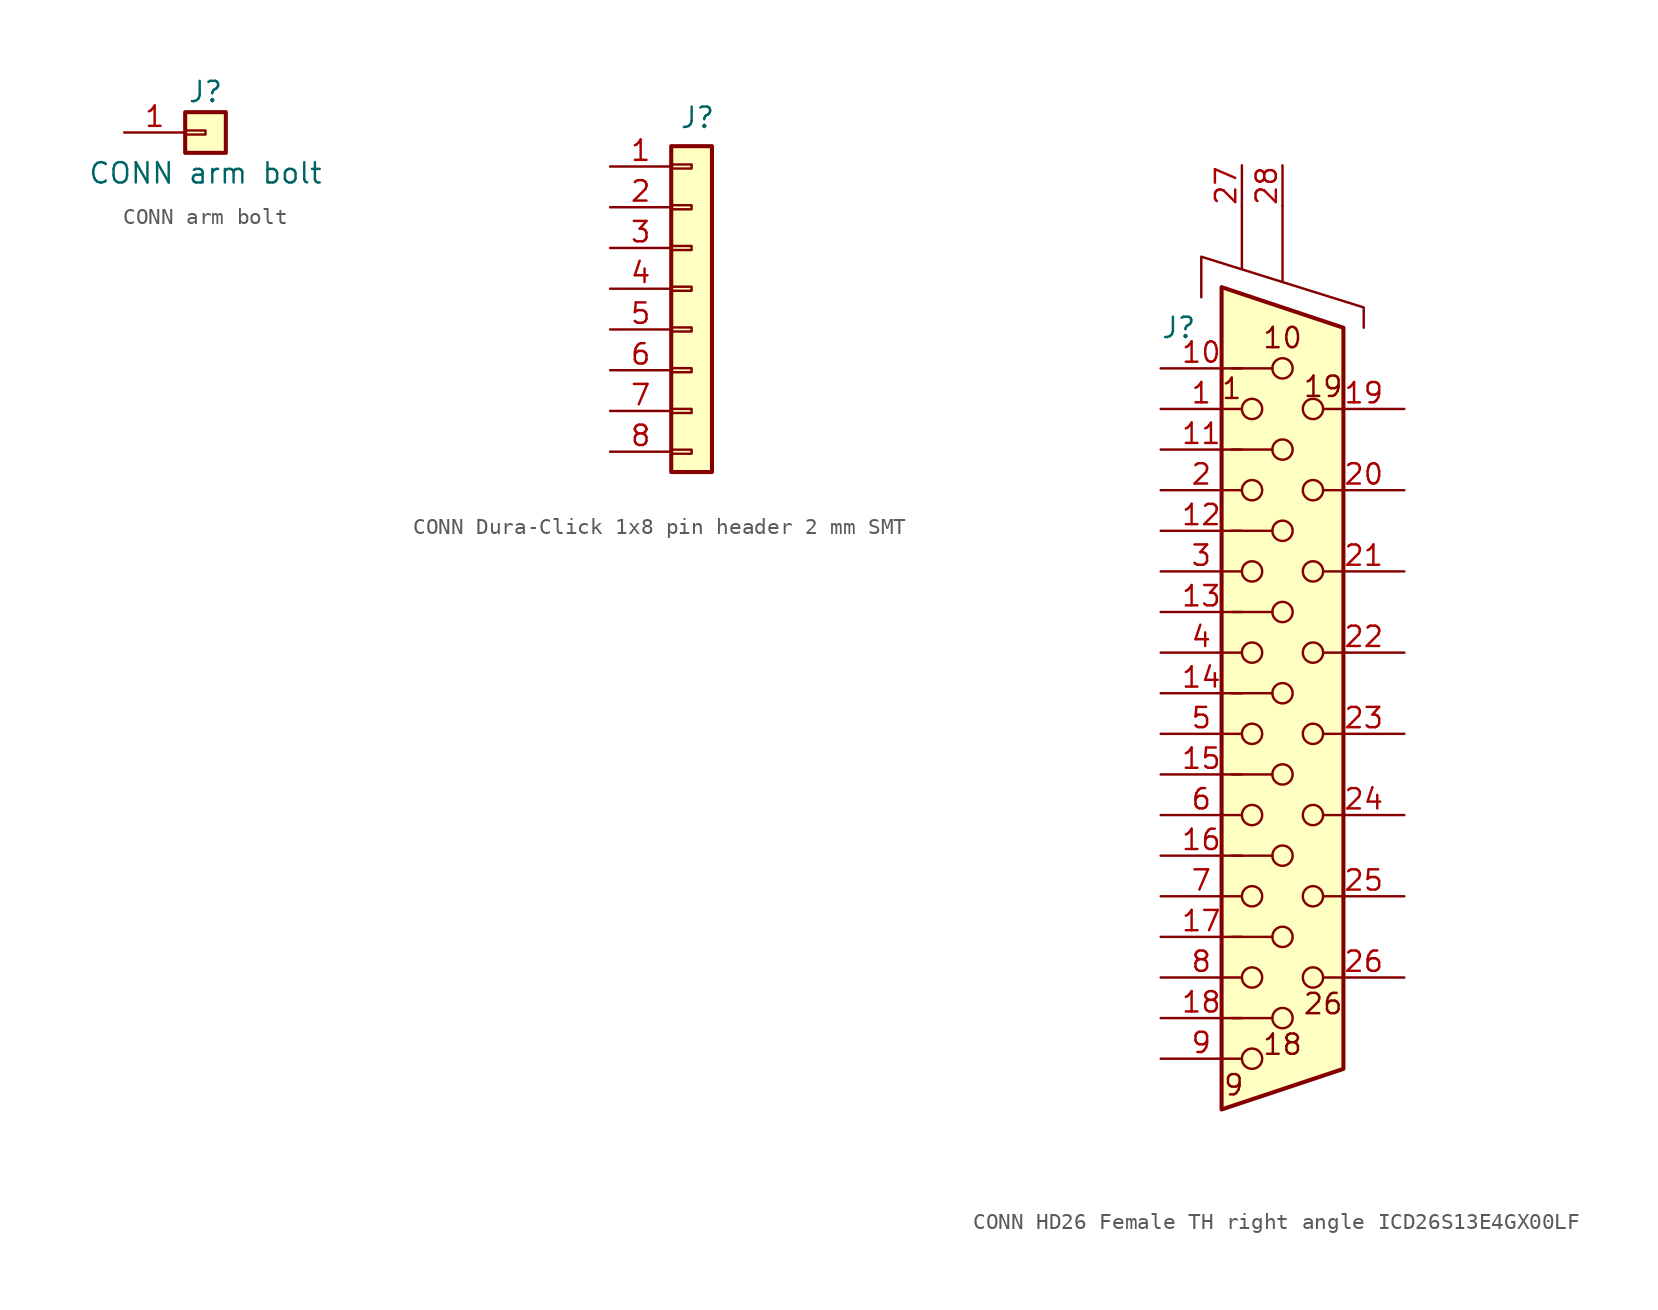
<source format=kicad_sym>
(kicad_symbol_lib
  (version 20241209)
  (generator "kicad_symbol_editor")
  (generator_version "9.0")
  (symbol "CONN arm bolt"
    (pin_names
      (offset 1.016)
      (hide yes))
    (property "Reference" "J"
      (at 0 2.54 0)
      (effects (font (size 1.27 1.27))))
    (property "Value" "CONN arm bolt"
      (at 0 -2.54 0)
      (effects (font (size 1.27 1.27))))
    (symbol "CONN arm bolt_1_1"
      (rectangle (start -1.27 1.27) (end 1.27 -1.27) (stroke (width 0.254) (type default)) (fill (type background)))
      (rectangle (start -1.27 0.127) (end 0 -0.127) (stroke (width 0.152) (type default)) (fill (type none)))
      (pin passive line (at -5.08 0 0) (length 3.81) (name "Pin_1" (effects (font (size 1.27 1.27)))) (number "1" (effects (font (size 1.27 1.27)))))))
  (symbol "CONN Dura-Click 1x8 pin header 2 mm SMT"
    (pin_names
      (offset 0)
      (hide yes))
    (property "Reference" "J"
      (at 0.508 10.668 0)
      (effects (font (size 1.27 1.27)) (justify left)))
    (symbol "CONN Dura-Click 1x8 pin header 2 mm SMT_1_1"
      (rectangle (start 0 8.89) (end 2.54 -11.43) (stroke (width 0.254) (type default)) (fill (type background)))
      (rectangle (start 0 7.747) (end 1.27 7.493) (stroke (width 0.152) (type default)) (fill (type none)))
      (rectangle (start 0 5.207) (end 1.27 4.953) (stroke (width 0.152) (type default)) (fill (type none)))
      (rectangle (start 0 2.667) (end 1.27 2.413) (stroke (width 0.152) (type default)) (fill (type none)))
      (rectangle (start 0 0.127) (end 1.27 -0.127) (stroke (width 0.152) (type default)) (fill (type none)))
      (rectangle (start 0 -2.413) (end 1.27 -2.667) (stroke (width 0.152) (type default)) (fill (type none)))
      (rectangle (start 0 -4.953) (end 1.27 -5.207) (stroke (width 0.152) (type default)) (fill (type none)))
      (rectangle (start 0 -7.493) (end 1.27 -7.747) (stroke (width 0.152) (type default)) (fill (type none)))
      (rectangle (start 0 -10.033) (end 1.27 -10.287) (stroke (width 0.152) (type default)) (fill (type none)))
      (pin passive line (at -3.81 7.62 0) (length 3.81) (name "Pin_1" (effects (font (size 1.27 1.27)))) (number "1" (effects (font (size 1.27 1.27)))))
      (pin passive line (at -3.81 5.08 0) (length 3.81) (name "Pin_2" (effects (font (size 1.27 1.27)))) (number "2" (effects (font (size 1.27 1.27)))))
      (pin passive line (at -3.81 2.54 0) (length 3.81) (name "Pin_3" (effects (font (size 1.27 1.27)))) (number "3" (effects (font (size 1.27 1.27)))))
      (pin passive line (at -3.81 0 0) (length 3.81) (name "Pin_4" (effects (font (size 1.27 1.27)))) (number "4" (effects (font (size 1.27 1.27)))))
      (pin passive line (at -3.81 -2.54 0) (length 3.81) (name "Pin_5" (effects (font (size 1.27 1.27)))) (number "5" (effects (font (size 1.27 1.27)))))
      (pin passive line (at -3.81 -5.08 0) (length 3.81) (name "Pin_6" (effects (font (size 1.27 1.27)))) (number "6" (effects (font (size 1.27 1.27)))))
      (pin passive line (at -3.81 -7.62 0) (length 3.81) (name "Pin_7" (effects (font (size 1.27 1.27)))) (number "7" (effects (font (size 1.27 1.27)))))
      (pin passive line (at -3.81 -10.16 0) (length 3.81) (name "Pin_8" (effects (font (size 1.27 1.27)))) (number "8" (effects (font (size 1.27 1.27)))))))
  (symbol "CONN HD26 Female TH right angle ICD26S13E4GX00LF "
    (pin_names
      (offset 0)
      (hide yes))
    (property "Reference" "J"
      (at 0 45.72 0)
      (effects (font (size 1.27 1.27)) (justify left)))
    (symbol "CONN HD26 Female TH right angle ICD26S13E4GX00LF _0_1"
      (polyline (pts (xy 2.54 47.625) (xy 2.54 50.165) (xy 12.7 46.99) (xy 12.7 45.72)) (stroke (width 0) (type default)) (fill (type none)))
      (polyline (pts (xy 3.81 48.26) (xy 3.81 -3.175) (xy 11.43 -0.635) (xy 11.43 45.72) (xy 3.81 48.26)) (stroke (width 0.254) (type default)) (fill (type background)))
      (polyline (pts (xy 4.445 38.1) (xy 6.985 38.1)) (stroke (width 0) (type default)) (fill (type none)))
      (polyline (pts (xy 4.445 17.78) (xy 6.985 17.78)) (stroke (width 0) (type default)) (fill (type none)))
      (polyline (pts (xy 5.08 53.34) (xy 5.08 49.403)) (stroke (width 0) (type default)) (fill (type none)))
      (circle (center 5.715 40.64) (radius 0.635) (stroke (width 0) (type default)) (fill (type none)))
      (circle (center 5.715 35.56) (radius 0.635) (stroke (width 0) (type default)) (fill (type none)))
      (circle (center 5.715 30.48) (radius 0.635) (stroke (width 0) (type default)) (fill (type none)))
      (circle (center 5.715 25.4) (radius 0.635) (stroke (width 0) (type default)) (fill (type none)))
      (circle (center 5.715 20.32) (radius 0.635) (stroke (width 0) (type default)) (fill (type none)))
      (circle (center 5.715 15.24) (radius 0.635) (stroke (width 0) (type default)) (fill (type none)))
      (circle (center 5.715 10.16) (radius 0.635) (stroke (width 0) (type default)) (fill (type none)))
      (circle (center 5.715 5.08) (radius 0.635) (stroke (width 0) (type default)) (fill (type none)))
      (circle (center 5.715 0) (radius 0.635) (stroke (width 0) (type default)) (fill (type none)))
      (polyline (pts (xy 6.985 43.18) (xy 4.445 43.18)) (stroke (width 0) (type default)) (fill (type none)))
      (polyline (pts (xy 6.985 33.02) (xy 4.445 33.02)) (stroke (width 0) (type default)) (fill (type none)))
      (polyline (pts (xy 6.985 27.94) (xy 4.445 27.94)) (stroke (width 0) (type default)) (fill (type none)))
      (polyline (pts (xy 6.985 22.86) (xy 4.445 22.86)) (stroke (width 0) (type default)) (fill (type none)))
      (polyline (pts (xy 6.985 12.7) (xy 4.445 12.7)) (stroke (width 0) (type default)) (fill (type none)))
      (polyline (pts (xy 6.985 7.62) (xy 4.445 7.62)) (stroke (width 0) (type default)) (fill (type none)))
      (polyline (pts (xy 6.985 2.54) (xy 4.445 2.54)) (stroke (width 0) (type default)) (fill (type none)))
      (polyline (pts (xy 7.62 53.34) (xy 7.62 48.641)) (stroke (width 0) (type default)) (fill (type none)))
      (circle (center 7.62 43.18) (radius 0.635) (stroke (width 0) (type default)) (fill (type none)))
      (circle (center 7.62 38.1) (radius 0.635) (stroke (width 0) (type default)) (fill (type none)))
      (circle (center 7.62 33.02) (radius 0.635) (stroke (width 0) (type default)) (fill (type none)))
      (circle (center 7.62 27.94) (radius 0.635) (stroke (width 0) (type default)) (fill (type none)))
      (circle (center 7.62 22.86) (radius 0.635) (stroke (width 0) (type default)) (fill (type none)))
      (circle (center 7.62 17.78) (radius 0.635) (stroke (width 0) (type default)) (fill (type none)))
      (circle (center 7.62 12.7) (radius 0.635) (stroke (width 0) (type default)) (fill (type none)))
      (circle (center 7.62 7.62) (radius 0.635) (stroke (width 0) (type default)) (fill (type none)))
      (circle (center 7.62 2.54) (radius 0.635) (stroke (width 0) (type default)) (fill (type none)))
      (circle (center 9.525 40.64) (radius 0.635) (stroke (width 0) (type default)) (fill (type none)))
      (circle (center 9.525 35.56) (radius 0.635) (stroke (width 0) (type default)) (fill (type none)))
      (circle (center 9.525 30.48) (radius 0.635) (stroke (width 0) (type default)) (fill (type none)))
      (circle (center 9.525 25.4) (radius 0.635) (stroke (width 0) (type default)) (fill (type none)))
      (circle (center 9.525 20.32) (radius 0.635) (stroke (width 0) (type default)) (fill (type none)))
      (circle (center 9.525 15.24) (radius 0.635) (stroke (width 0) (type default)) (fill (type none)))
      (circle (center 9.525 10.16) (radius 0.635) (stroke (width 0) (type default)) (fill (type none)))
      (circle (center 9.525 5.08) (radius 0.635) (stroke (width 0) (type default)) (fill (type none))))
    (symbol "CONN HD26 Female TH right angle ICD26S13E4GX00LF _1_1"
      (text "1" (at 4.445 41.91 0) (effects (font (size 1.27 1.27))))
      (text "9" (at 4.572 -1.651 0) (effects (font (size 1.27 1.27))))
      (text "10" (at 7.62 45.085 0) (effects (font (size 1.27 1.27))))
      (text "18" (at 7.62 0.889 0) (effects (font (size 1.27 1.27))))
      (text "19" (at 10.16 42.037 0) (effects (font (size 1.27 1.27))))
      (text "26" (at 10.16 3.429 0) (effects (font (size 1.27 1.27))))
      (pin passive line (at 0 43.18 0) (length 5.08) (name "~" (effects (font (size 1.27 1.27)))) (number "10" (effects (font (size 1.27 1.27)))))
      (pin passive line (at 0 40.64 0) (length 5.08) (name "~" (effects (font (size 1.27 1.27)))) (number "1" (effects (font (size 1.27 1.27)))))
      (pin passive line (at 0 38.1 0) (length 5.08) (name "~" (effects (font (size 1.27 1.27)))) (number "11" (effects (font (size 1.27 1.27)))))
      (pin passive line (at 0 35.56 0) (length 5.08) (name "~" (effects (font (size 1.27 1.27)))) (number "2" (effects (font (size 1.27 1.27)))))
      (pin passive line (at 0 33.02 0) (length 5.08) (name "~" (effects (font (size 1.27 1.27)))) (number "12" (effects (font (size 1.27 1.27)))))
      (pin passive line (at 0 30.48 0) (length 5.08) (name "~" (effects (font (size 1.27 1.27)))) (number "3" (effects (font (size 1.27 1.27)))))
      (pin passive line (at 0 27.94 0) (length 5.08) (name "~" (effects (font (size 1.27 1.27)))) (number "13" (effects (font (size 1.27 1.27)))))
      (pin passive line (at 0 25.4 0) (length 5.08) (name "~" (effects (font (size 1.27 1.27)))) (number "4" (effects (font (size 1.27 1.27)))))
      (pin passive line (at 0 22.86 0) (length 5.08) (name "~" (effects (font (size 1.27 1.27)))) (number "14" (effects (font (size 1.27 1.27)))))
      (pin passive line (at 0 20.32 0) (length 5.08) (name "~" (effects (font (size 1.27 1.27)))) (number "5" (effects (font (size 1.27 1.27)))))
      (pin passive line (at 0 17.78 0) (length 5.08) (name "~" (effects (font (size 1.27 1.27)))) (number "15" (effects (font (size 1.27 1.27)))))
      (pin passive line (at 0 15.24 0) (length 5.08) (name "~" (effects (font (size 1.27 1.27)))) (number "6" (effects (font (size 1.27 1.27)))))
      (pin passive line (at 0 12.7 0) (length 5.08) (name "~" (effects (font (size 1.27 1.27)))) (number "16" (effects (font (size 1.27 1.27)))))
      (pin passive line (at 0 10.16 0) (length 5.08) (name "~" (effects (font (size 1.27 1.27)))) (number "7" (effects (font (size 1.27 1.27)))))
      (pin passive line (at 0 7.62 0) (length 5.08) (name "~" (effects (font (size 1.27 1.27)))) (number "17" (effects (font (size 1.27 1.27)))))
      (pin passive line (at 0 5.08 0) (length 5.08) (name "~" (effects (font (size 1.27 1.27)))) (number "8" (effects (font (size 1.27 1.27)))))
      (pin passive line (at 0 2.54 0) (length 5.08) (name "~" (effects (font (size 1.27 1.27)))) (number "18" (effects (font (size 1.27 1.27)))))
      (pin passive line (at 0 0 0) (length 5.08) (name "~" (effects (font (size 1.27 1.27)))) (number "9" (effects (font (size 1.27 1.27)))))
      (pin passive line (at 5.08 55.88 270) (length 2.54) (name "Shell1" (effects (font (size 1.27 1.27)))) (number "27" (effects (font (size 1.27 1.27)))))
      (pin passive line (at 7.62 55.88 270) (length 2.54) (name "Shell2" (effects (font (size 1.27 1.27)))) (number "28" (effects (font (size 1.27 1.27)))))
      (pin passive line (at 15.24 40.64 180) (length 5.08) (name "~" (effects (font (size 1.27 1.27)))) (number "19" (effects (font (size 1.27 1.27)))))
      (pin passive line (at 15.24 35.56 180) (length 5.08) (name "~" (effects (font (size 1.27 1.27)))) (number "20" (effects (font (size 1.27 1.27)))))
      (pin passive line (at 15.24 30.48 180) (length 5.08) (name "~" (effects (font (size 1.27 1.27)))) (number "21" (effects (font (size 1.27 1.27)))))
      (pin passive line (at 15.24 25.4 180) (length 5.08) (name "~" (effects (font (size 1.27 1.27)))) (number "22" (effects (font (size 1.27 1.27)))))
      (pin passive line (at 15.24 20.32 180) (length 5.08) (name "~" (effects (font (size 1.27 1.27)))) (number "23" (effects (font (size 1.27 1.27)))))
      (pin passive line (at 15.24 15.24 180) (length 5.08) (name "~" (effects (font (size 1.27 1.27)))) (number "24" (effects (font (size 1.27 1.27)))))
      (pin passive line (at 15.24 10.16 180) (length 5.08) (name "~" (effects (font (size 1.27 1.27)))) (number "25" (effects (font (size 1.27 1.27)))))
      (pin passive line (at 15.24 5.08 180) (length 5.08) (name "~" (effects (font (size 1.27 1.27)))) (number "26" (effects (font (size 1.27 1.27))))))))
</source>
